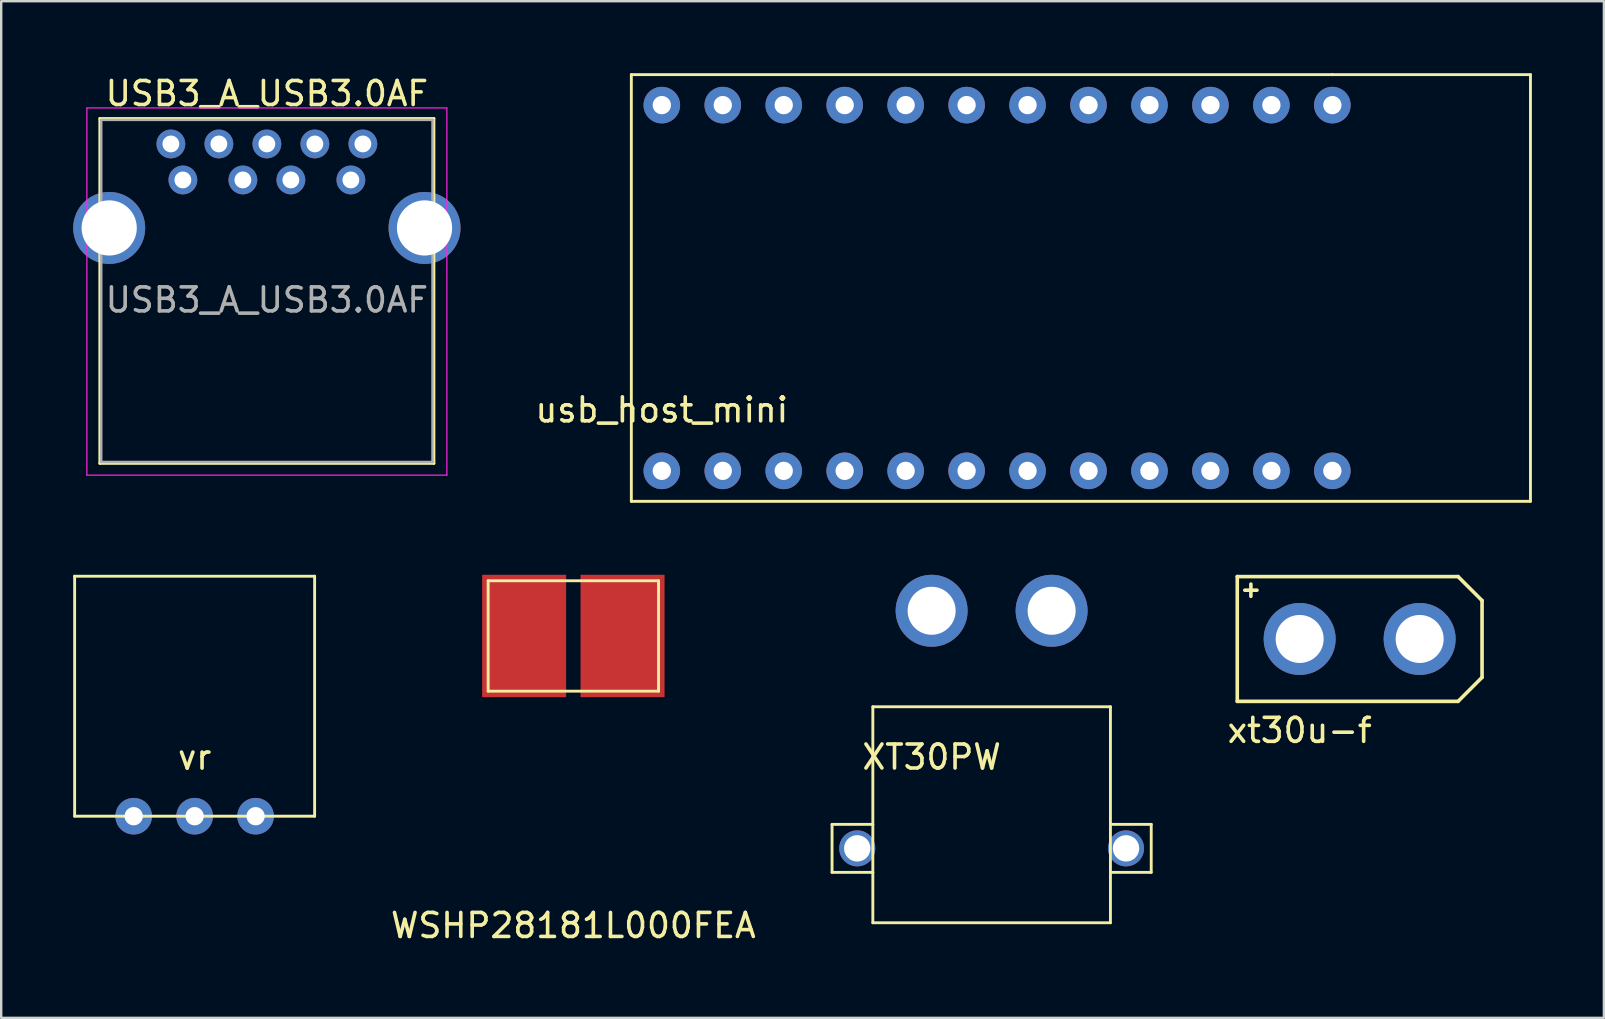
<source format=kicad_pcb>
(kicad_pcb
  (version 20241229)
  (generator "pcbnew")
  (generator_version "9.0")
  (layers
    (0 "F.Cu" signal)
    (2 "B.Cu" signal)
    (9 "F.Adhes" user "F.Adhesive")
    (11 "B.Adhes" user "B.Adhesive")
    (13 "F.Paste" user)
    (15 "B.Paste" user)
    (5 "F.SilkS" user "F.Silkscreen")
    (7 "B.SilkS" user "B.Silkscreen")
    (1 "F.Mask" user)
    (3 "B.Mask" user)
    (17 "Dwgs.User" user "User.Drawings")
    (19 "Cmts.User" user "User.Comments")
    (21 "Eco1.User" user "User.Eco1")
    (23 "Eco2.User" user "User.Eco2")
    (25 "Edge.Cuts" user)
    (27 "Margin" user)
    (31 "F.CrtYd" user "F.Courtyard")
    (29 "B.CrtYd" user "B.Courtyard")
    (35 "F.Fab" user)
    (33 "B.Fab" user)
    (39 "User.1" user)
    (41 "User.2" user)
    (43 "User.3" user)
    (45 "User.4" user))
  (footprint "usb_host_mini"
    (layer "F.Cu")
    (at 24.527 8.95)
    (property "Reference" "usb_host_mini" (at 0 5.08 0) (layer "F.SilkS") (effects (font (size 1 1) (thickness 0.15))))
    (attr through_hole)
    (fp_line (start -1.27 -8.89) (end -1.27 8.89) (stroke (width 0.12) (type solid)) (layer "F.SilkS"))
    (fp_line (start -1.27 -8.89) (end 27.94 -8.89) (stroke (width 0.12) (type solid)) (layer "F.SilkS"))
    (fp_line (start 27.94 -8.89) (end 36.195 -8.89) (stroke (width 0.12) (type solid)) (layer "F.SilkS"))
    (fp_line (start 36.195 -8.89) (end 36.195 8.89) (stroke (width 0.12) (type solid)) (layer "F.SilkS"))
    (fp_line (start 36.195 8.89) (end -1.27 8.89) (stroke (width 0.12) (type solid)) (layer "F.SilkS"))
    (pad "1" thru_hole circle (at 0 7.62) (size 1.524 1.524) (drill 0.762) (layers "*.Cu" "*.Mask"))
    (pad "2" thru_hole circle (at 2.54 7.62) (size 1.524 1.524) (drill 0.762) (layers "*.Cu" "*.Mask"))
    (pad "3" thru_hole circle (at 5.08 7.62) (size 1.524 1.524) (drill 0.762) (layers "*.Cu" "*.Mask"))
    (pad "4" thru_hole circle (at 7.62 7.62) (size 1.524 1.524) (drill 0.762) (layers "*.Cu" "*.Mask"))
    (pad "5" thru_hole circle (at 10.16 7.62) (size 1.524 1.524) (drill 0.762) (layers "*.Cu" "*.Mask"))
    (pad "6" thru_hole circle (at 12.7 7.62) (size 1.524 1.524) (drill 0.762) (layers "*.Cu" "*.Mask"))
    (pad "7" thru_hole circle (at 15.24 7.62) (size 1.524 1.524) (drill 0.762) (layers "*.Cu" "*.Mask"))
    (pad "8" thru_hole circle (at 17.78 7.62) (size 1.524 1.524) (drill 0.762) (layers "*.Cu" "*.Mask"))
    (pad "9" thru_hole circle (at 20.32 7.62) (size 1.524 1.524) (drill 0.762) (layers "*.Cu" "*.Mask"))
    (pad "10" thru_hole circle (at 22.86 7.62) (size 1.524 1.524) (drill 0.762) (layers "*.Cu" "*.Mask"))
    (pad "11" thru_hole circle (at 25.4 7.62) (size 1.524 1.524) (drill 0.762) (layers "*.Cu" "*.Mask"))
    (pad "12" thru_hole circle (at 27.94 7.62) (size 1.524 1.524) (drill 0.762) (layers "*.Cu" "*.Mask"))
    (pad "13" thru_hole circle (at 27.94 -7.62) (size 1.524 1.524) (drill 0.762) (layers "*.Cu" "*.Mask"))
    (pad "14" thru_hole circle (at 25.4 -7.62) (size 1.524 1.524) (drill 0.762) (layers "*.Cu" "*.Mask"))
    (pad "15" thru_hole circle (at 22.86 -7.62) (size 1.524 1.524) (drill 0.762) (layers "*.Cu" "*.Mask"))
    (pad "16" thru_hole circle (at 20.32 -7.62) (size 1.524 1.524) (drill 0.762) (layers "*.Cu" "*.Mask"))
    (pad "17" thru_hole circle (at 17.78 -7.62) (size 1.524 1.524) (drill 0.762) (layers "*.Cu" "*.Mask"))
    (pad "18" thru_hole circle (at 15.24 -7.62) (size 1.524 1.524) (drill 0.762) (layers "*.Cu" "*.Mask"))
    (pad "19" thru_hole circle (at 12.7 -7.62) (size 1.524 1.524) (drill 0.762) (layers "*.Cu" "*.Mask"))
    (pad "20" thru_hole circle (at 10.16 -7.62) (size 1.524 1.524) (drill 0.762) (layers "*.Cu" "*.Mask"))
    (pad "21" thru_hole circle (at 7.62 -7.62) (size 1.524 1.524) (drill 0.762) (layers "*.Cu" "*.Mask"))
    (pad "22" thru_hole circle (at 5.08 -7.62) (size 1.524 1.524) (drill 0.762) (layers "*.Cu" "*.Mask"))
    (pad "23" thru_hole circle (at 2.54 -7.62) (size 1.524 1.524) (drill 0.762) (layers "*.Cu" "*.Mask"))
    (pad "24" thru_hole circle (at 0 -7.62) (size 1.524 1.524) (drill 0.762) (layers "*.Cu" "*.Mask")))
  (footprint "vr"
    (layer "F.Cu")
    (at 5.06 25.96)
    (property "Reference" "vr" (at 0 2.54 0) (layer "F.SilkS") (effects (font (size 1 1) (thickness 0.15))))
    (attr through_hole)
    (fp_line (start -5 -5) (end -5 5) (stroke (width 0.12) (type solid)) (layer "F.SilkS"))
    (fp_line (start -5 5) (end 5 5) (stroke (width 0.12) (type solid)) (layer "F.SilkS"))
    (fp_line (start 5 -5) (end -5 -5) (stroke (width 0.12) (type solid)) (layer "F.SilkS"))
    (fp_line (start 5 5) (end 5 -5) (stroke (width 0.12) (type solid)) (layer "F.SilkS"))
    (pad "1" thru_hole circle (at -2.54 5) (size 1.524 1.524) (drill 0.762) (layers "*.Cu" "*.Mask"))
    (pad "2" thru_hole circle (at 0 5) (size 1.524 1.524) (drill 0.762) (layers "*.Cu" "*.Mask"))
    (pad "3" thru_hole circle (at 2.54 5) (size 1.524 1.524) (drill 0.762) (layers "*.Cu" "*.Mask")))
  (footprint "USB3_A_USB3.0AF"
    (layer "F.Cu")
    (at 4.57 4.448)
    (property "Reference" "USB3_A_USB3.0AF" (at 3.5 -3.6 0) (layer "F.SilkS") (effects (font (size 1 1) (thickness 0.15))))
    (attr through_hole)
    (fp_line (start -3.46 -2.56) (end -3.46 11.81) (stroke (width 0.12) (type solid)) (layer "F.SilkS"))
    (fp_line (start -3.46 -2.56) (end 10.46 -2.56) (stroke (width 0.12) (type solid)) (layer "F.SilkS"))
    (fp_line (start -3.46 11.81) (end 10.46 11.81) (stroke (width 0.12) (type solid)) (layer "F.SilkS"))
    (fp_line (start 10.46 11.81) (end 10.46 -2.56) (stroke (width 0.12) (type solid)) (layer "F.SilkS"))
    (fp_line (start -4 -3) (end 11 -3) (stroke (width 0.05) (type solid)) (layer "F.CrtYd"))
    (fp_line (start -4 12.3) (end -4 -3) (stroke (width 0.05) (type solid)) (layer "F.CrtYd"))
    (fp_line (start 11 -3) (end 11 12.3) (stroke (width 0.05) (type solid)) (layer "F.CrtYd"))
    (fp_line (start 11 12.3) (end -4 12.3) (stroke (width 0.05) (type solid)) (layer "F.CrtYd"))
    (fp_line (start -3.4 -2.5) (end 10.4 -2.5) (stroke (width 0.1) (type solid)) (layer "F.Fab"))
    (fp_line (start -3.4 11.75) (end -3.4 -2.5) (stroke (width 0.1) (type solid)) (layer "F.Fab"))
    (fp_line (start 10.4 -2.5) (end 10.4 11.75) (stroke (width 0.1) (type solid)) (layer "F.Fab"))
    (fp_line (start 10.4 11.75) (end -3.4 11.75) (stroke (width 0.1) (type solid)) (layer "F.Fab"))
    (fp_text user "${REFERENCE}" (at 3.5 5 0) (layer "F.Fab") (effects (font (size 1 1) (thickness 0.15))))
    (pad "1" thru_hole circle (at 0 0) (size 1.2 1.2) (drill 0.7) (layers "*.Cu" "*.Mask"))
    (pad "2" thru_hole circle (at 2.5 0) (size 1.2 1.2) (drill 0.7) (layers "*.Cu" "*.Mask"))
    (pad "3" thru_hole circle (at 4.5 0) (size 1.2 1.2) (drill 0.7) (layers "*.Cu" "*.Mask"))
    (pad "4" thru_hole circle (at 7 0) (size 1.2 1.2) (drill 0.7) (layers "*.Cu" "*.Mask"))
    (pad "5" thru_hole circle (at 7.5 -1.5) (size 1.2 1.2) (drill 0.7) (layers "*.Cu" "*.Mask"))
    (pad "6" thru_hole circle (at 5.5 -1.5) (size 1.2 1.2) (drill 0.7) (layers "*.Cu" "*.Mask"))
    (pad "7" thru_hole circle (at 3.5 -1.5) (size 1.2 1.2) (drill 0.7) (layers "*.Cu" "*.Mask"))
    (pad "8" thru_hole circle (at 1.5 -1.5) (size 1.2 1.2) (drill 0.7) (layers "*.Cu" "*.Mask"))
    (pad "9" thru_hole circle (at -0.5 -1.5) (size 1.2 1.2) (drill 0.7) (layers "*.Cu" "*.Mask"))
    (pad "10" thru_hole circle (at -3.07 2) (size 3 3) (drill 2.3) (layers "*.Cu" "*.Mask"))
    (pad "10" thru_hole circle (at 10.07 2) (size 3 3) (drill 2.3) (layers "*.Cu" "*.Mask")))
  (footprint "xt30u-f"
    (layer "F.Cu")
    (at 51.105 23.575)
    (property "Reference" "xt30u-f" (at 0 3.81 0) (layer "F.SilkS") (effects (font (size 1 1) (thickness 0.15))))
    (attr through_hole)
    (fp_line (start -2.6 -2.6) (end 6.6 -2.6) (stroke (width 0.15) (type solid)) (layer "F.SilkS"))
    (fp_line (start -2.6 2.6) (end -2.6 -2.6) (stroke (width 0.15) (type solid)) (layer "F.SilkS"))
    (fp_line (start -2.286 -2.032) (end -1.778 -2.032) (stroke (width 0.15) (type solid)) (layer "F.SilkS"))
    (fp_line (start -2.032 -2.286) (end -2.032 -1.778) (stroke (width 0.15) (type solid)) (layer "F.SilkS"))
    (fp_line (start 6.6 -2.6) (end 7.6 -1.6) (stroke (width 0.15) (type solid)) (layer "F.SilkS"))
    (fp_line (start 6.6 2.6) (end -2.6 2.6) (stroke (width 0.15) (type solid)) (layer "F.SilkS"))
    (fp_line (start 7.6 -1.6) (end 7.6 1.6) (stroke (width 0.15) (type solid)) (layer "F.SilkS"))
    (fp_line (start 7.6 1.6) (end 6.6 2.6) (stroke (width 0.15) (type solid)) (layer "F.SilkS"))
    (pad "1" thru_hole circle (at 0 0) (size 3 3) (drill 2) (layers "*.Cu" "*.Mask"))
    (pad "2" thru_hole circle (at 5 0) (size 3 3) (drill 2) (layers "*.Cu" "*.Mask")))
  (footprint "WSHP28181L000FEA"
    (layer "F.Cu")
    (at 20.84 23.45)
    (property "Reference" "WSHP28181L000FEA" (at 0 12.065 0) (layer "F.SilkS") (effects (font (size 1 1) (thickness 0.15))))
    (attr through_hole)
    (fp_line (start -3.55 -2.3) (end -3.55 2.3) (stroke (width 0.12) (type solid)) (layer "F.SilkS"))
    (fp_line (start -3.55 2.3) (end 3.55 2.3) (stroke (width 0.12) (type solid)) (layer "F.SilkS"))
    (fp_line (start 3.55 -2.3) (end -3.55 -2.3) (stroke (width 0.12) (type solid)) (layer "F.SilkS"))
    (fp_line (start 3.55 2.3) (end 3.55 -2.3) (stroke (width 0.12) (type solid)) (layer "F.SilkS"))
    (pad "1" smd rect (at -2.05 0) (size 3.5 5.1) (layers "F.Cu" "F.Mask" "F.Paste"))
    (pad "2" smd rect (at 2.05 0) (size 3.5 5.1) (layers "F.Cu" "F.Mask" "F.Paste")))
  (footprint "XT30PW"
    (layer "F.Cu")
    (at 35.77 22.4)
    (property "Reference" "XT30PW" (at 0 6.096 0) (layer "F.SilkS") (effects (font (size 1 1) (thickness 0.15))))
    (attr through_hole)
    (fp_line (start -4.15 8.9) (end -4.15 10.9) (stroke (width 0.12) (type solid)) (layer "F.SilkS"))
    (fp_line (start -4.15 10.9) (end -2.45 10.9) (stroke (width 0.12) (type solid)) (layer "F.SilkS"))
    (fp_line (start -2.45 4) (end -2.45 13) (stroke (width 0.12) (type solid)) (layer "F.SilkS"))
    (fp_line (start -2.45 8.9) (end -4.15 8.9) (stroke (width 0.12) (type solid)) (layer "F.SilkS"))
    (fp_line (start -2.45 13) (end 7.45 13) (stroke (width 0.12) (type solid)) (layer "F.SilkS"))
    (fp_line (start 7.45 4) (end -2.45 4) (stroke (width 0.12) (type solid)) (layer "F.SilkS"))
    (fp_line (start 7.45 8.9) (end 9.15 8.9) (stroke (width 0.12) (type solid)) (layer "F.SilkS"))
    (fp_line (start 7.45 13) (end 7.45 4) (stroke (width 0.12) (type solid)) (layer "F.SilkS"))
    (fp_line (start 9.15 8.9) (end 9.15 10.9) (stroke (width 0.12) (type solid)) (layer "F.SilkS"))
    (fp_line (start 9.15 10.9) (end 7.45 10.9) (stroke (width 0.12) (type solid)) (layer "F.SilkS"))
    (pad "" thru_hole circle (at -3.1 9.9) (size 1.5 1.5) (drill 1.1) (layers "*.Cu" "*.Mask"))
    (pad "" thru_hole circle (at 8.1 9.9) (size 1.5 1.5) (drill 1.1) (layers "*.Cu" "*.Mask"))
    (pad "1" thru_hole circle (at 0 0) (size 3 3) (drill 2) (layers "*.Cu" "*.Mask"))
    (pad "2" thru_hole circle (at 5 0) (size 3 3) (drill 2) (layers "*.Cu" "*.Mask")))
  (gr_rect
    (start -3 -3)
    (end 63.782 39.363)
    (stroke (width 0.1) (type default))
    (fill no)
    (layer "Edge.Cuts")))
</source>
